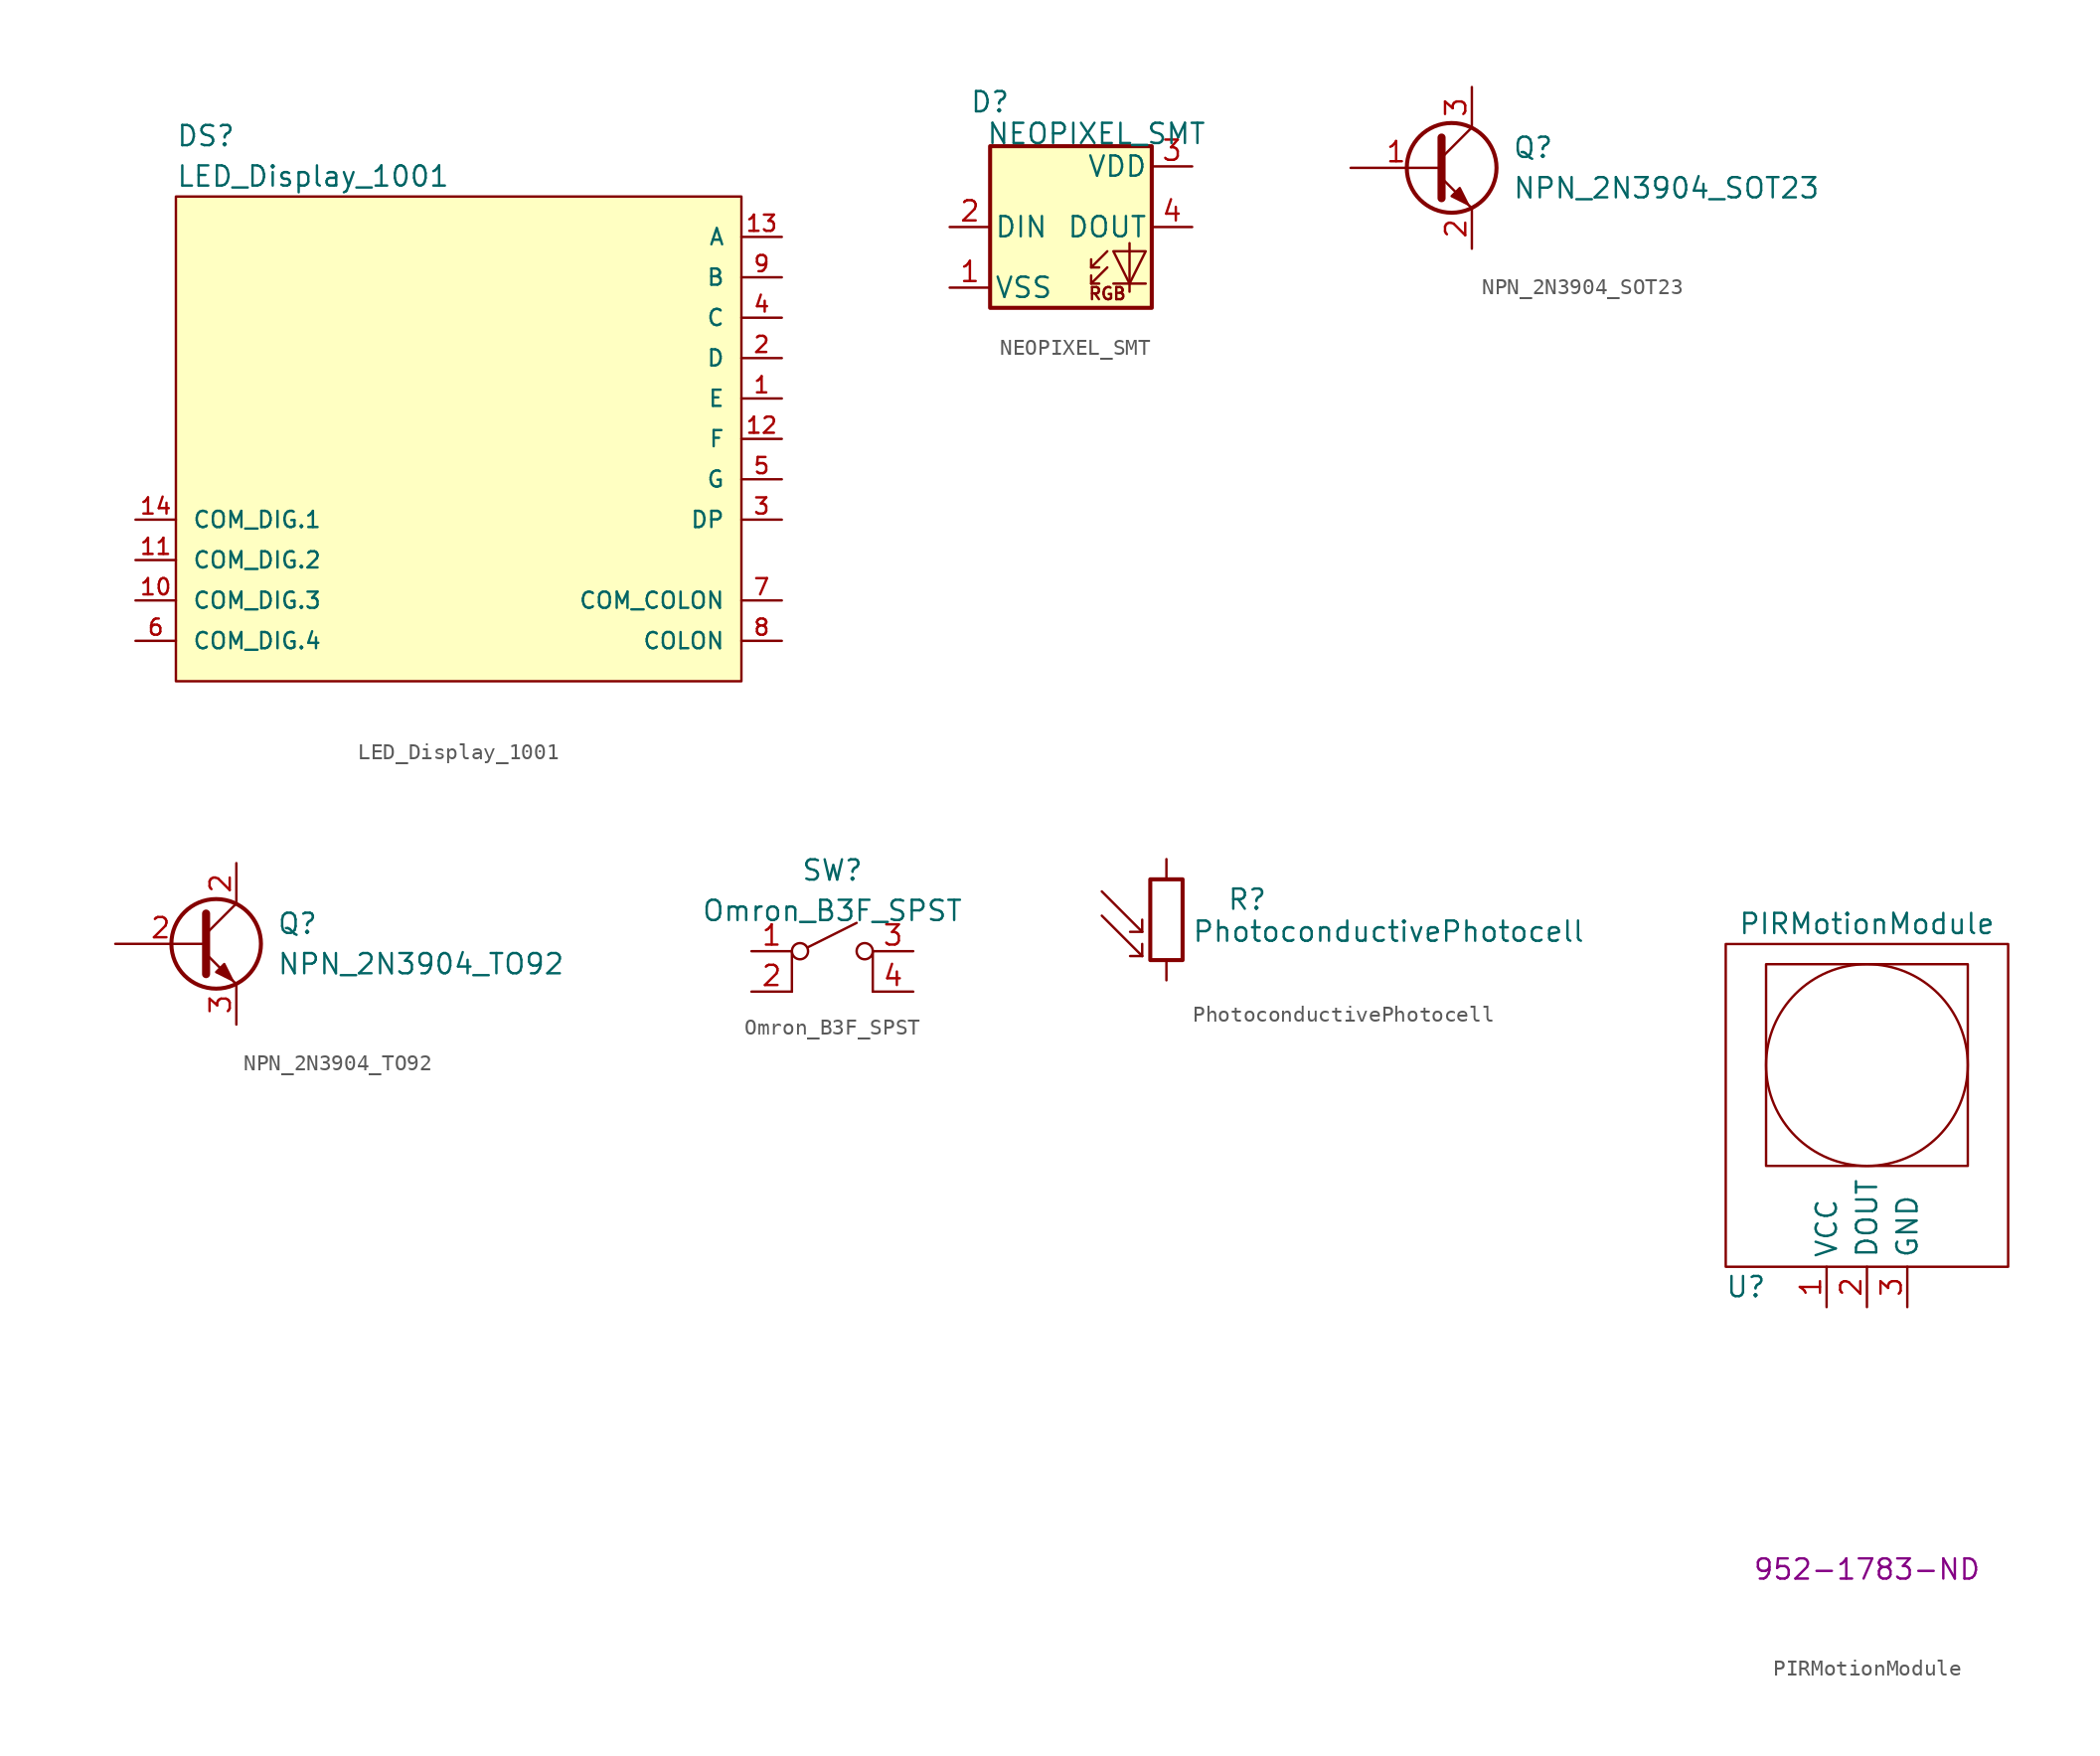
<source format=kicad_sym>
(kicad_symbol_lib
  (version 20211014)
  (generator kicad_symbol_editor)
  (symbol "LED_Display_1001"
    (pin_names
      (offset 1.016))
    (property "Reference" "DS"
      (at 5.08 24.13 0)
      (effects (font (size 1.27 1.27)) (justify left)))
    (property "Value" "LED_Display_1001"
      (at 5.08 21.59 0)
      (effects (font (size 1.27 1.27)) (justify left)))
    (symbol "LED_Display_1001_1_1"
      (rectangle (start 5.08 20.32) (end 40.64 -10.16) (stroke (width 0) (type default) (color 0 0 0 0)) (fill (type background)))
      (pin passive line (at 43.18 7.62 180) (length 2.54) (name "E" (effects (font (size 1.016 1.016)))) (number "1" (effects (font (size 1.016 1.016)))))
      (pin passive line (at 2.54 -5.08 0) (length 2.54) (name "COM_DIG.3" (effects (font (size 1.016 1.016)))) (number "10" (effects (font (size 1.016 1.016)))))
      (pin passive line (at 2.54 -2.54 0) (length 2.54) (name "COM_DIG.2" (effects (font (size 1.016 1.016)))) (number "11" (effects (font (size 1.016 1.016)))))
      (pin passive line (at 43.18 5.08 180) (length 2.54) (name "F" (effects (font (size 1.016 1.016)))) (number "12" (effects (font (size 1.016 1.016)))))
      (pin passive line (at 43.18 17.78 180) (length 2.54) (name "A" (effects (font (size 1.016 1.016)))) (number "13" (effects (font (size 1.016 1.016)))))
      (pin passive line (at 2.54 0 0) (length 2.54) (name "COM_DIG.1" (effects (font (size 1.016 1.016)))) (number "14" (effects (font (size 1.016 1.016)))))
      (pin passive line (at 43.18 10.16 180) (length 2.54) (name "D" (effects (font (size 1.016 1.016)))) (number "2" (effects (font (size 1.016 1.016)))))
      (pin passive line (at 43.18 0 180) (length 2.54) (name "DP" (effects (font (size 1.016 1.016)))) (number "3" (effects (font (size 1.016 1.016)))))
      (pin passive line (at 43.18 12.7 180) (length 2.54) (name "C" (effects (font (size 1.016 1.016)))) (number "4" (effects (font (size 1.016 1.016)))))
      (pin passive line (at 43.18 2.54 180) (length 2.54) (name "G" (effects (font (size 1.016 1.016)))) (number "5" (effects (font (size 1.016 1.016)))))
      (pin passive line (at 2.54 -7.62 0) (length 2.54) (name "COM_DIG.4" (effects (font (size 1.016 1.016)))) (number "6" (effects (font (size 1.016 1.016)))))
      (pin passive line (at 43.18 -5.08 180) (length 2.54) (name "COM_COLON" (effects (font (size 1.016 1.016)))) (number "7" (effects (font (size 1.016 1.016)))))
      (pin passive line (at 43.18 -7.62 180) (length 2.54) (name "COLON" (effects (font (size 1.016 1.016)))) (number "8" (effects (font (size 1.016 1.016)))))
      (pin passive line (at 43.18 15.24 180) (length 2.54) (name "B" (effects (font (size 1.016 1.016)))) (number "9" (effects (font (size 1.016 1.016)))))))
  (symbol "NEOPIXEL_SMT"
    (pin_names
      (offset 0.254))
    (property "Reference" "D"
      (at -3.81 7.112 0)
      (effects (font (size 1.27 1.27)) (justify right bottom)))
    (property "Value" "NEOPIXEL_SMT"
      (at -5.334 6.604 0)
      (effects (font (size 1.27 1.27)) (justify left top)))
    (symbol "NEOPIXEL_SMT_0_0"
      (text "RGB" (at 2.286 -4.191 0) (effects (font (size 0.762 0.762)))))
    (symbol "NEOPIXEL_SMT_0_1"
      (polyline (pts (xy 1.27 -3.556) (xy 1.778 -3.556)) (stroke (width 0) (type default) (color 0 0 0 0)) (fill (type none)))
      (polyline (pts (xy 1.27 -2.54) (xy 1.778 -2.54)) (stroke (width 0) (type default) (color 0 0 0 0)) (fill (type none)))
      (polyline (pts (xy 4.699 -3.556) (xy 2.667 -3.556)) (stroke (width 0) (type default) (color 0 0 0 0)) (fill (type none)))
      (polyline (pts (xy 2.286 -2.54) (xy 1.27 -3.556) (xy 1.27 -3.048)) (stroke (width 0) (type default) (color 0 0 0 0)) (fill (type none)))
      (polyline (pts (xy 2.286 -1.524) (xy 1.27 -2.54) (xy 1.27 -2.032)) (stroke (width 0) (type default) (color 0 0 0 0)) (fill (type none)))
      (polyline (pts (xy 3.683 -1.016) (xy 3.683 -3.556) (xy 3.683 -4.064)) (stroke (width 0) (type default) (color 0 0 0 0)) (fill (type none)))
      (polyline (pts (xy 4.699 -1.524) (xy 2.667 -1.524) (xy 3.683 -3.556) (xy 4.699 -1.524)) (stroke (width 0) (type default) (color 0 0 0 0)) (fill (type none)))
      (rectangle (start 5.08 5.08) (end -5.08 -5.08) (stroke (width 0.254) (type default) (color 0 0 0 0)) (fill (type background))))
    (symbol "NEOPIXEL_SMT_1_1"
      (pin power_in line (at -7.62 -3.81 0) (length 2.54) (name "VSS" (effects (font (size 1.27 1.27)))) (number "1" (effects (font (size 1.27 1.27)))))
      (pin input line (at -7.62 0 0) (length 2.54) (name "DIN" (effects (font (size 1.27 1.27)))) (number "2" (effects (font (size 1.27 1.27)))))
      (pin power_in line (at 7.62 3.81 180) (length 2.54) (name "VDD" (effects (font (size 1.27 1.27)))) (number "3" (effects (font (size 1.27 1.27)))))
      (pin output line (at 7.62 0 180) (length 2.54) (name "DOUT" (effects (font (size 1.27 1.27)))) (number "4" (effects (font (size 1.27 1.27)))))))
  (symbol "NPN_2N3904_SOT23"
    (pin_names
      (offset 0) hide)
    (property "Reference" "Q"
      (at 5.08 1.27 0)
      (effects (font (size 1.27 1.27)) (justify left)))
    (property "Value" "NPN_2N3904_SOT23"
      (at 5.08 -1.27 0)
      (effects (font (size 1.27 1.27)) (justify left)))
    (symbol "NPN_2N3904_SOT23_0_1"
      (polyline (pts (xy 0.635 0.635) (xy 2.54 2.54)) (stroke (width 0) (type default) (color 0 0 0 0)) (fill (type none)))
      (polyline (pts (xy 0.635 -0.635) (xy 2.54 -2.54) (xy 2.54 -2.54)) (stroke (width 0) (type default) (color 0 0 0 0)) (fill (type none)))
      (polyline (pts (xy 0.635 1.905) (xy 0.635 -1.905) (xy 0.635 -1.905)) (stroke (width 0.508) (type default) (color 0 0 0 0)) (fill (type none)))
      (polyline (pts (xy 1.27 -1.778) (xy 1.778 -1.27) (xy 2.286 -2.286) (xy 1.27 -1.778) (xy 1.27 -1.778)) (stroke (width 0) (type default) (color 0 0 0 0)) (fill (type outline)))
      (circle (center 1.27 0) (radius 2.819) (stroke (width 0.254) (type default) (color 0 0 0 0)) (fill (type none))))
    (symbol "NPN_2N3904_SOT23_1_1"
      (pin input line (at -5.08 0 0) (length 5.715) (name "B" (effects (font (size 1.27 1.27)))) (number "1" (effects (font (size 1.27 1.27)))))
      (pin passive line (at 2.54 -5.08 90) (length 2.54) (name "E" (effects (font (size 1.27 1.27)))) (number "2" (effects (font (size 1.27 1.27)))))
      (pin passive line (at 2.54 5.08 270) (length 2.54) (name "C" (effects (font (size 1.27 1.27)))) (number "3" (effects (font (size 1.27 1.27)))))))
  (symbol "NPN_2N3904_TO92"
    (pin_names
      (offset 0) hide)
    (property "Reference" "Q"
      (at 5.08 1.27 0)
      (effects (font (size 1.27 1.27)) (justify left)))
    (property "Value" "NPN_2N3904_TO92"
      (at 5.08 -1.27 0)
      (effects (font (size 1.27 1.27)) (justify left)))
    (symbol "NPN_2N3904_TO92_0_1"
      (polyline (pts (xy 0.635 0.635) (xy 2.54 2.54)) (stroke (width 0) (type default) (color 0 0 0 0)) (fill (type none)))
      (polyline (pts (xy 0.635 -0.635) (xy 2.54 -2.54) (xy 2.54 -2.54)) (stroke (width 0) (type default) (color 0 0 0 0)) (fill (type none)))
      (polyline (pts (xy 0.635 1.905) (xy 0.635 -1.905) (xy 0.635 -1.905)) (stroke (width 0.508) (type default) (color 0 0 0 0)) (fill (type none)))
      (polyline (pts (xy 1.27 -1.778) (xy 1.778 -1.27) (xy 2.286 -2.286) (xy 1.27 -1.778) (xy 1.27 -1.778)) (stroke (width 0) (type default) (color 0 0 0 0)) (fill (type outline)))
      (circle (center 1.27 0) (radius 2.819) (stroke (width 0.254) (type default) (color 0 0 0 0)) (fill (type none))))
    (symbol "NPN_2N3904_TO92_1_1"
      (pin input line (at -5.08 0 0) (length 5.715) (name "B" (effects (font (size 1.27 1.27)))) (number "2" (effects (font (size 1.27 1.27)))))
      (pin passive line (at 2.54 5.08 270) (length 2.54) (name "C" (effects (font (size 1.27 1.27)))) (number "2" (effects (font (size 1.27 1.27)))))
      (pin passive line (at 2.54 -5.08 90) (length 2.54) (name "E" (effects (font (size 1.27 1.27)))) (number "3" (effects (font (size 1.27 1.27)))))))
  (symbol "Omron_B3F_SPST"
    (pin_names
      (offset 0) hide)
    (property "Reference" "SW"
      (at 0 5.08 0)
      (effects (font (size 1.27 1.27))))
    (property "Value" "Omron_B3F_SPST"
      (at 0 2.54 0)
      (effects (font (size 1.27 1.27))))
    (symbol "Omron_B3F_SPST_0_0"
      (circle (center -2.032 0) (radius 0.508) (stroke (width 0) (type default) (color 0 0 0 0)) (fill (type none)))
      (polyline (pts (xy -1.524 0.254) (xy 1.524 1.778)) (stroke (width 0) (type default) (color 0 0 0 0)) (fill (type none)))
      (circle (center 2.032 0) (radius 0.508) (stroke (width 0) (type default) (color 0 0 0 0)) (fill (type none))))
    (symbol "Omron_B3F_SPST_0_1"
      (polyline (pts (xy -2.54 0) (xy -2.54 -2.54)) (stroke (width 0) (type default) (color 0 0 0 0)) (fill (type none)))
      (polyline (pts (xy 2.54 -2.54) (xy 2.54 0)) (stroke (width 0) (type default) (color 0 0 0 0)) (fill (type none))))
    (symbol "Omron_B3F_SPST_1_1"
      (pin passive line (at -5.08 0 0) (length 2.54) (name "A" (effects (font (size 1.27 1.27)))) (number "1" (effects (font (size 1.27 1.27)))))
      (pin passive line (at -5.08 -2.54 0) (length 2.54) (name "A" (effects (font (size 1.27 1.27)))) (number "2" (effects (font (size 1.27 1.27)))))
      (pin passive line (at 5.08 0 180) (length 2.54) (name "B" (effects (font (size 1.27 1.27)))) (number "3" (effects (font (size 1.27 1.27)))))
      (pin passive line (at 5.08 -2.54 180) (length 2.54) (name "B" (effects (font (size 1.27 1.27)))) (number "4" (effects (font (size 1.27 1.27)))))))
  (symbol "PhotoconductivePhotocell"
    (pin_numbers hide)
    (pin_names
      (offset 0))
    (property "Reference" "R"
      (at 5.08 1.27 0)
      (effects (font (size 1.27 1.27))))
    (property "Value" "PhotoconductivePhotocell"
      (at 13.97 0 0)
      (effects (font (size 1.27 1.27)) (justify top)))
    (symbol "PhotoconductivePhotocell_0_1"
      (rectangle (start -1.016 2.54) (end 1.016 -2.54) (stroke (width 0.254) (type default) (color 0 0 0 0)) (fill (type none)))
      (polyline (pts (xy -1.524 -2.286) (xy -4.064 0.254)) (stroke (width 0) (type default) (color 0 0 0 0)) (fill (type none)))
      (polyline (pts (xy -1.524 -2.286) (xy -2.286 -2.286)) (stroke (width 0) (type default) (color 0 0 0 0)) (fill (type none)))
      (polyline (pts (xy -1.524 -2.286) (xy -1.524 -1.524)) (stroke (width 0) (type default) (color 0 0 0 0)) (fill (type none)))
      (polyline (pts (xy -1.524 -0.762) (xy -4.064 1.778)) (stroke (width 0) (type default) (color 0 0 0 0)) (fill (type none)))
      (polyline (pts (xy -1.524 -0.762) (xy -2.286 -0.762)) (stroke (width 0) (type default) (color 0 0 0 0)) (fill (type none)))
      (polyline (pts (xy -1.524 -0.762) (xy -1.524 0)) (stroke (width 0) (type default) (color 0 0 0 0)) (fill (type none))))
    (symbol "PhotoconductivePhotocell_1_1"
      (pin passive line (at 0 3.81 270) (length 1.27) (name "~" (effects (font (size 1.27 1.27)))) (number "1" (effects (font (size 1.27 1.27)))))
      (pin passive line (at 0 -3.81 90) (length 1.27) (name "~" (effects (font (size 1.27 1.27)))) (number "2" (effects (font (size 1.27 1.27)))))))
  (symbol "PIRMotionModule"
    (property "Reference" "U"
      (at -7.62 -10.16 0)
      (effects (font (size 1.27 1.27))))
    (property "Value" "PIRMotionModule"
      (at 0 12.7 0)
      (effects (font (size 1.27 1.27))))
    (property "Digikey PN" "952-1783-ND"
      (at 0 -27.94 0)
      (effects (font (size 1.27 1.27))))
    (symbol "PIRMotionModule_0_1"
      (rectangle (start -8.89 11.43) (end 8.89 -8.89) (stroke (width 0) (type default) (color 0 0 0 0)) (fill (type none)))
      (rectangle (start -6.35 10.16) (end 6.35 -2.54) (stroke (width 0) (type default) (color 0 0 0 0)) (fill (type none)))
      (circle (center 0 3.81) (radius 6.35) (stroke (width 0) (type default) (color 0 0 0 0)) (fill (type none))))
    (symbol "PIRMotionModule_1_1"
      (pin power_in line (at -2.54 -11.43 90) (length 2.54) (name "VCC" (effects (font (size 1.27 1.27)))) (number "1" (effects (font (size 1.27 1.27)))))
      (pin output line (at 0 -11.43 90) (length 2.54) (name "DOUT" (effects (font (size 1.27 1.27)))) (number "2" (effects (font (size 1.27 1.27)))))
      (pin power_in line (at 2.54 -11.43 90) (length 2.54) (name "GND" (effects (font (size 1.27 1.27)))) (number "3" (effects (font (size 1.27 1.27))))))))
</source>
